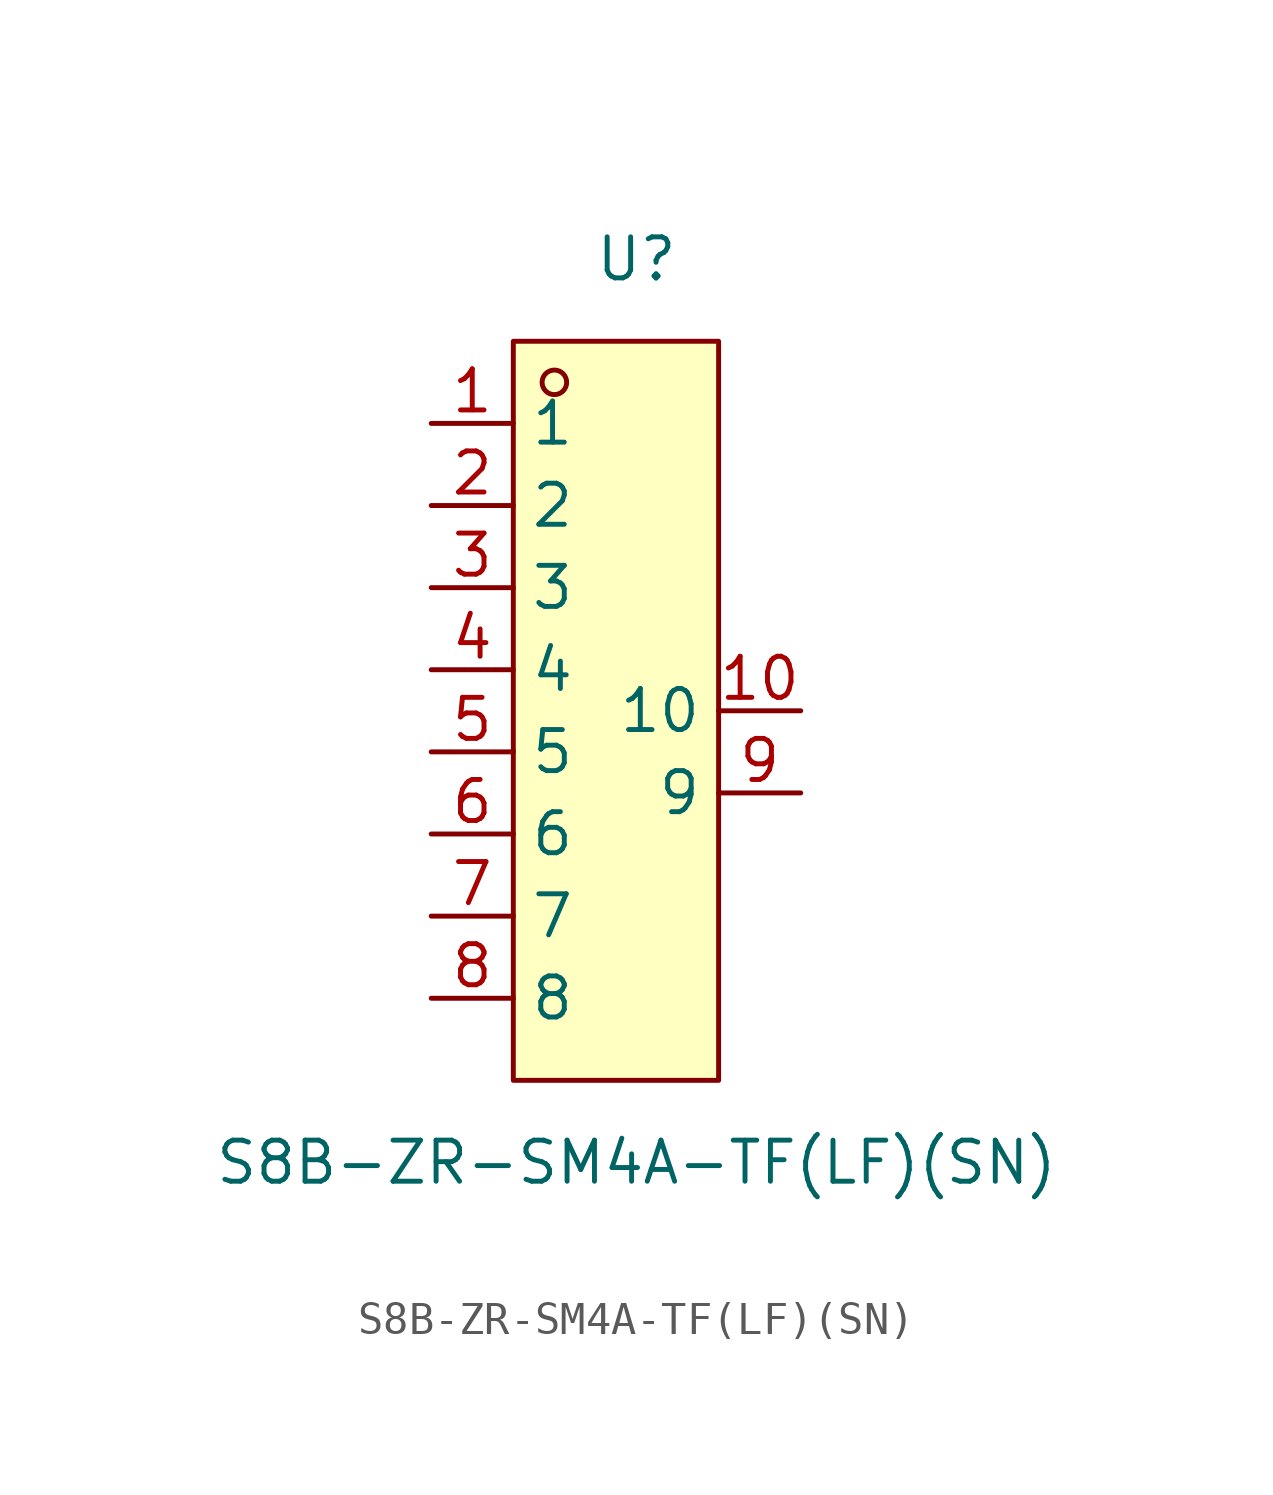
<source format=kicad_sym>
(kicad_symbol_lib
  (version 20211014)
  (generator https://github.com/uPesy/easyeda2kicad.py)
  (symbol "S8B-ZR-SM4A-TF(LF)(SN)"
    (property "Reference" "U"
      (at 0 13.97 0)
      (effects (font (size 1.27 1.27))))
    (property "Value" "S8B-ZR-SM4A-TF(LF)(SN)"
      (at 0 -13.97 0)
      (effects (font (size 1.27 1.27))))
    (symbol "S8B-ZR-SM4A-TF(LF)(SN)_0_1"
      (rectangle (start -3.81 11.43) (end 2.54 -11.43) (stroke (width 0) (type default) (color 0 0 0 0)) (fill (type background)))
      (circle (center -2.54 10.16) (radius 0.38) (stroke (width 0) (type default) (color 0 0 0 0)) (fill (type none)))
      (pin unspecified line (at -6.35 8.89 0) (length 2.54) (name "1" (effects (font (size 1.27 1.27)))) (number "1" (effects (font (size 1.27 1.27)))))
      (pin unspecified line (at -6.35 6.35 0) (length 2.54) (name "2" (effects (font (size 1.27 1.27)))) (number "2" (effects (font (size 1.27 1.27)))))
      (pin unspecified line (at -6.35 3.81 0) (length 2.54) (name "3" (effects (font (size 1.27 1.27)))) (number "3" (effects (font (size 1.27 1.27)))))
      (pin unspecified line (at -6.35 1.27 0) (length 2.54) (name "4" (effects (font (size 1.27 1.27)))) (number "4" (effects (font (size 1.27 1.27)))))
      (pin unspecified line (at -6.35 -1.27 0) (length 2.54) (name "5" (effects (font (size 1.27 1.27)))) (number "5" (effects (font (size 1.27 1.27)))))
      (pin unspecified line (at -6.35 -3.81 0) (length 2.54) (name "6" (effects (font (size 1.27 1.27)))) (number "6" (effects (font (size 1.27 1.27)))))
      (pin unspecified line (at -6.35 -6.35 0) (length 2.54) (name "7" (effects (font (size 1.27 1.27)))) (number "7" (effects (font (size 1.27 1.27)))))
      (pin unspecified line (at -6.35 -8.89 0) (length 2.54) (name "8" (effects (font (size 1.27 1.27)))) (number "8" (effects (font (size 1.27 1.27)))))
      (pin unspecified line (at 5.08 -0.00 180) (length 2.54) (name "10" (effects (font (size 1.27 1.27)))) (number "10" (effects (font (size 1.27 1.27)))))
      (pin unspecified line (at 5.08 -2.54 180) (length 2.54) (name "9" (effects (font (size 1.27 1.27)))) (number "9" (effects (font (size 1.27 1.27))))))))
</source>
